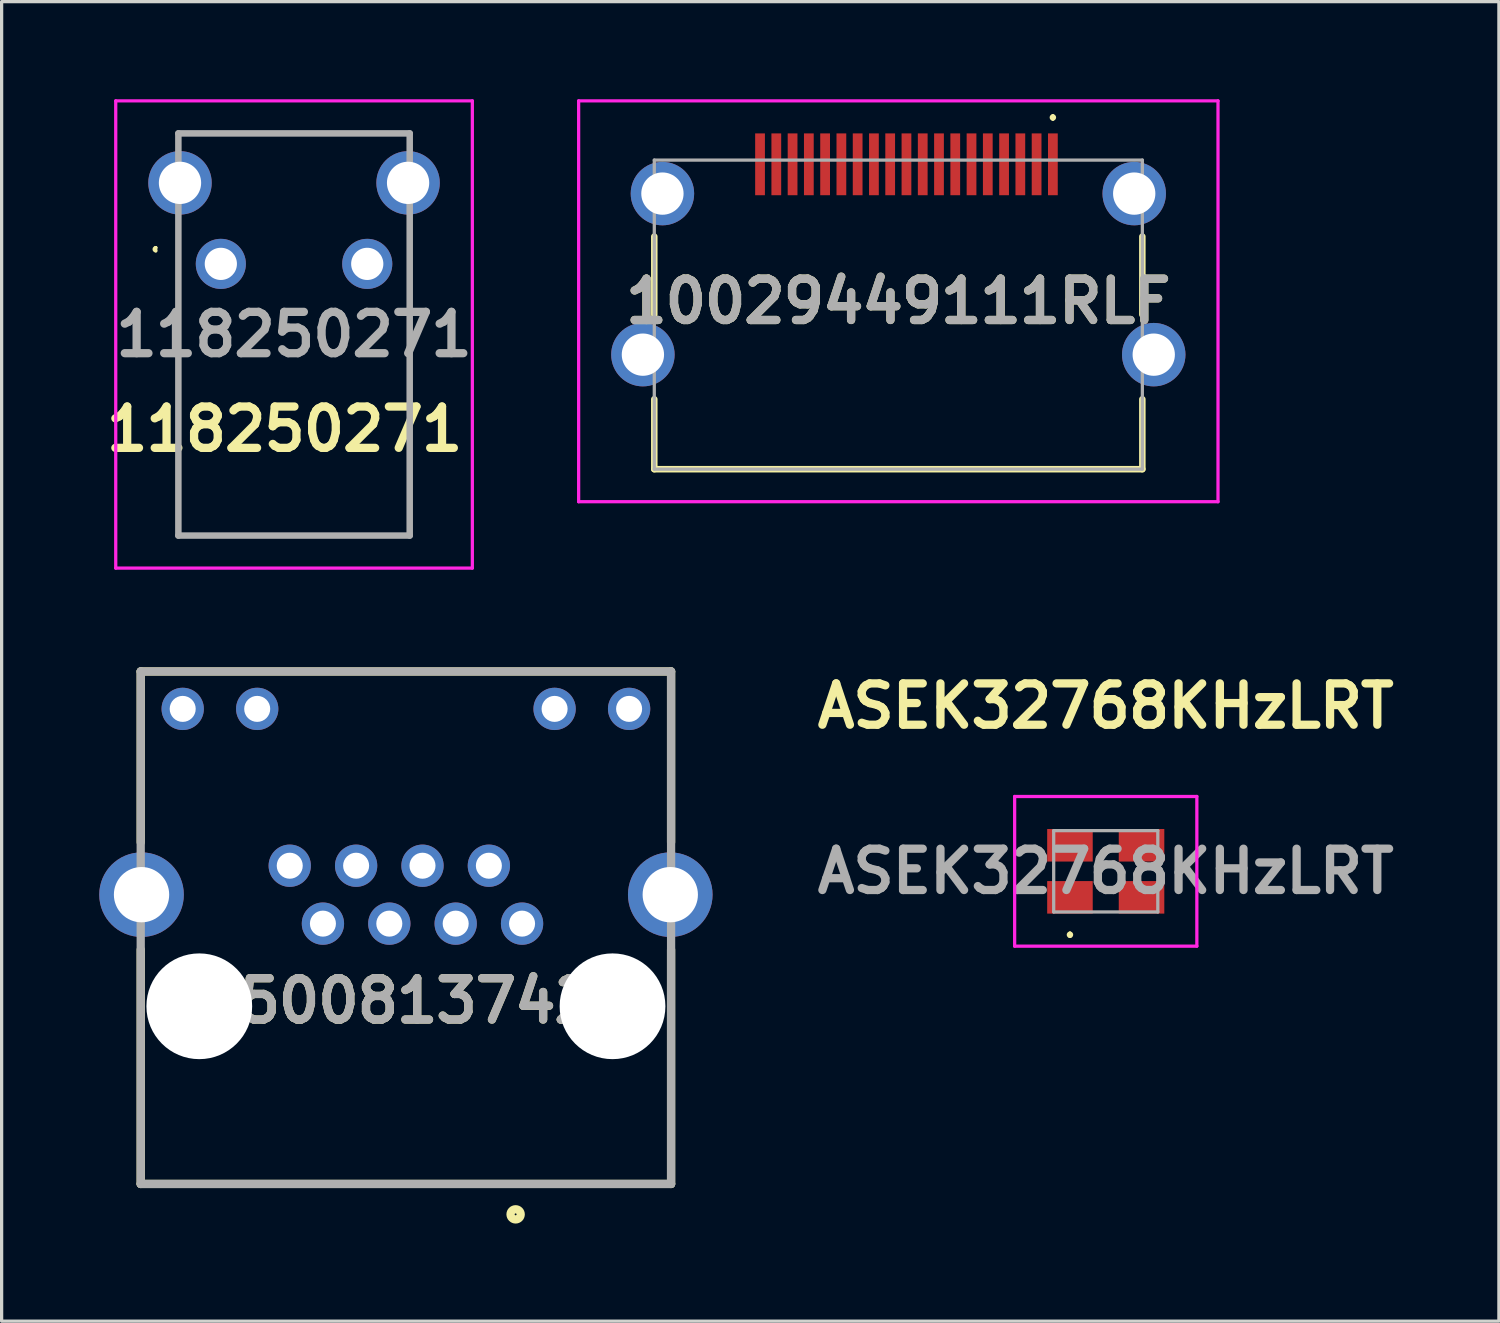
<source format=kicad_pcb>
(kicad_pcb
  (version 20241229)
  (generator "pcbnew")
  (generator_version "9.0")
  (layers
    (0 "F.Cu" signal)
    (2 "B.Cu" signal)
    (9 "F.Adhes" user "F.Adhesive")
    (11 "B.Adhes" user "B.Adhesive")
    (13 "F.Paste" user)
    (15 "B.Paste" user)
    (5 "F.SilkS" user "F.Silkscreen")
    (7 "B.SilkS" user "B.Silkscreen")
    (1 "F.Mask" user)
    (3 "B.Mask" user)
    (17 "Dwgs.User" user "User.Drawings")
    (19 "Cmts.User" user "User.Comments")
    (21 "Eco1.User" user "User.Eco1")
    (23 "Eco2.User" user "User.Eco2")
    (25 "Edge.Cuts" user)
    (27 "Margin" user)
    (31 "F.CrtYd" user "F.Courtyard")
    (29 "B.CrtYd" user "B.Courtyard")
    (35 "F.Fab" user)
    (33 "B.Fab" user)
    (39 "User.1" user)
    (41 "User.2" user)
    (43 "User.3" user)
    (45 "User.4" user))
  (footprint "ASEK32768KHzLRT"
    (layer "F.Cu")
    (at 30.934 23.729)
    (property "Reference" "ASEK32768KHzLRT" (at 0 -5.08 0) (layer "F.SilkS") (effects (font (size 1.27 1.27) (thickness 0.254))))
    (attr smd)
    (fp_line (start -1.1 1.9) (end -1.1 1.9) (stroke (width 0.1) (type solid)) (layer "F.SilkS"))
    (fp_line (start -1.1 2) (end -1.1 2) (stroke (width 0.1) (type solid)) (layer "F.SilkS"))
    (fp_arc (start -1.1 1.9) (mid -1.05 1.95) (end -1.1 2) (stroke (width 0.1) (type solid)) (layer "F.SilkS"))
    (fp_arc (start -1.1 2) (mid -1.15 1.95) (end -1.1 1.9) (stroke (width 0.1) (type solid)) (layer "F.SilkS"))
    (fp_line (start -2.8 -2.3) (end 2.8 -2.3) (stroke (width 0.1) (type solid)) (layer "F.CrtYd"))
    (fp_line (start -2.8 2.3) (end -2.8 -2.3) (stroke (width 0.1) (type solid)) (layer "F.CrtYd"))
    (fp_line (start 2.8 -2.3) (end 2.8 2.3) (stroke (width 0.1) (type solid)) (layer "F.CrtYd"))
    (fp_line (start 2.8 2.3) (end -2.8 2.3) (stroke (width 0.1) (type solid)) (layer "F.CrtYd"))
    (fp_line (start -1.6 -1.25) (end -1.6 1.25) (stroke (width 0.1) (type solid)) (layer "F.Fab"))
    (fp_line (start -1.6 1.25) (end 1.6 1.25) (stroke (width 0.1) (type solid)) (layer "F.Fab"))
    (fp_line (start 1.6 -1.25) (end -1.6 -1.25) (stroke (width 0.1) (type solid)) (layer "F.Fab"))
    (fp_line (start 1.6 1.25) (end 1.6 -1.25) (stroke (width 0.1) (type solid)) (layer "F.Fab"))
    (fp_text user "${REFERENCE}" (at 0 0 0) (layer "F.Fab") (effects (font (size 1.27 1.27) (thickness 0.254))))
    (pad "1" smd rect (at -1.1 0.8 90) (size 1 1.4) (layers "F.Cu" "F.Mask" "F.Paste"))
    (pad "2" smd rect (at 1.1 0.8 90) (size 1 1.4) (layers "F.Cu" "F.Mask" "F.Paste"))
    (pad "3" smd rect (at 1.1 -0.8 90) (size 1 1.4) (layers "F.Cu" "F.Mask" "F.Paste"))
    (pad "4" smd rect (at -1.1 -0.8 90) (size 1 1.4) (layers "F.Cu" "F.Mask" "F.Paste")))
  (footprint "615008137421"
    (layer "F.Cu")
    (at 9.425 33.337)
    (property "Reference" "615008137421" (at -0.258 -5.627 0) (layer "F.SilkS") (effects (font (size 1.27 1.27) (thickness 0.254))))
    (attr through_hole)
    (fp_line (start -8.15 -15.75) (end -8.15 -10.5) (stroke (width 0.254) (type solid)) (layer "F.SilkS"))
    (fp_line (start -8.15 -15.75) (end 8.15 -15.75) (stroke (width 0.254) (type solid)) (layer "F.SilkS"))
    (fp_line (start -8.15 0) (end -8.15 -7.2) (stroke (width 0.254) (type solid)) (layer "F.SilkS"))
    (fp_line (start 8.15 -15.75) (end 8.15 -10.5) (stroke (width 0.254) (type solid)) (layer "F.SilkS"))
    (fp_line (start 8.15 0) (end -8.15 0) (stroke (width 0.254) (type solid)) (layer "F.SilkS"))
    (fp_line (start 8.15 0) (end 8.15 -7.2) (stroke (width 0.254) (type solid)) (layer "F.SilkS"))
    (fp_circle (center 3.372 0.935) (end 3.372 1.091) (stroke (width 0.254) (type solid)) (fill no) (layer "F.SilkS"))
    (fp_line (start -8.15 -15.75) (end 8.15 -15.75) (stroke (width 0.254) (type solid)) (layer "F.Fab"))
    (fp_line (start -8.15 0) (end -8.15 -15.75) (stroke (width 0.254) (type solid)) (layer "F.Fab"))
    (fp_line (start 8.15 -15.75) (end 8.15 0) (stroke (width 0.254) (type solid)) (layer "F.Fab"))
    (fp_line (start 8.15 0) (end -8.15 0) (stroke (width 0.254) (type solid)) (layer "F.Fab"))
    (fp_text user "${REFERENCE}" (at -0.258 -5.627 0) (layer "F.Fab") (effects (font (size 1.27 1.27) (thickness 0.254))))
    (pad "" np_thru_hole circle (at -6.35 -5.46) (size 3.25 3.25) (drill 3.25) (layers "*.Cu" "*.Mask"))
    (pad "" np_thru_hole circle (at 6.35 -5.46) (size 3.25 3.25) (drill 3.25) (layers "*.Cu" "*.Mask"))
    (pad "1" thru_hole circle (at 3.57 -8) (size 1.3 1.3) (drill 0.8) (layers "*.Cu" "*.Mask"))
    (pad "2" thru_hole circle (at 2.55 -9.78) (size 1.3 1.3) (drill 0.8) (layers "*.Cu" "*.Mask"))
    (pad "3" thru_hole circle (at 1.53 -8) (size 1.3 1.3) (drill 0.8) (layers "*.Cu" "*.Mask"))
    (pad "4" thru_hole circle (at 0.51 -9.78) (size 1.3 1.3) (drill 0.8) (layers "*.Cu" "*.Mask"))
    (pad "5" thru_hole circle (at -0.51 -8) (size 1.3 1.3) (drill 0.8) (layers "*.Cu" "*.Mask"))
    (pad "6" thru_hole circle (at -1.53 -9.78) (size 1.3 1.3) (drill 0.8) (layers "*.Cu" "*.Mask"))
    (pad "7" thru_hole circle (at -2.55 -8) (size 1.3 1.3) (drill 0.8) (layers "*.Cu" "*.Mask"))
    (pad "8" thru_hole circle (at -3.57 -9.78) (size 1.3 1.3) (drill 0.8) (layers "*.Cu" "*.Mask"))
    (pad "9" thru_hole circle (at -6.86 -14.6) (size 1.3 1.3) (drill 0.8) (layers "*.Cu" "*.Mask"))
    (pad "10" thru_hole circle (at -4.57 -14.6) (size 1.3 1.3) (drill 0.8) (layers "*.Cu" "*.Mask"))
    (pad "11" thru_hole circle (at 4.57 -14.6) (size 1.3 1.3) (drill 0.8) (layers "*.Cu" "*.Mask"))
    (pad "12" thru_hole circle (at 6.86 -14.6) (size 1.3 1.3) (drill 0.8) (layers "*.Cu" "*.Mask"))
    (pad "15" thru_hole circle (at -8.125 -8.89) (size 2.6 2.6) (drill 1.7) (layers "*.Cu" "*.Mask"))
    (pad "16" thru_hole circle (at 8.125 -8.89) (size 2.6 2.6) (drill 1.7) (layers "*.Cu" "*.Mask")))
  (footprint "118250271"
    (layer "F.Cu")
    (at 8.237 5.06)
    (property "Reference" "118250271" (at -2.54 5.08 0) (layer "F.SilkS") (effects (font (size 1.27 1.27) (thickness 0.254))))
    (attr through_hole)
    (fp_line (start -6.5 -0.5) (end -6.5 -0.5) (stroke (width 0.1) (type solid)) (layer "F.SilkS"))
    (fp_line (start -6.5 -0.4) (end -6.5 -0.5) (stroke (width 0.1) (type solid)) (layer "F.SilkS"))
    (fp_line (start -5.805 -1) (end -5.805 8.35) (stroke (width 0.1) (type solid)) (layer "F.SilkS"))
    (fp_line (start -5.805 8.35) (end 1.305 8.35) (stroke (width 0.1) (type solid)) (layer "F.SilkS"))
    (fp_line (start -5.755 -4.01) (end 1.255 -4) (stroke (width 0.1) (type solid)) (layer "F.SilkS"))
    (fp_line (start 1.305 8.35) (end 1.305 -1) (stroke (width 0.1) (type solid)) (layer "F.SilkS"))
    (fp_arc (start -6.5 -0.4) (mid -6.55 -0.45) (end -6.5 -0.5) (stroke (width 0.1) (type solid)) (layer "F.SilkS"))
    (fp_line (start -7.73 -5.01) (end 3.23 -5.01) (stroke (width 0.1) (type solid)) (layer "F.CrtYd"))
    (fp_line (start -7.73 9.35) (end -7.73 -5.01) (stroke (width 0.1) (type solid)) (layer "F.CrtYd"))
    (fp_line (start 3.23 -5.01) (end 3.23 9.35) (stroke (width 0.1) (type solid)) (layer "F.CrtYd"))
    (fp_line (start 3.23 9.35) (end -7.73 9.35) (stroke (width 0.1) (type solid)) (layer "F.CrtYd"))
    (fp_line (start -5.805 -4.01) (end 1.305 -4.01) (stroke (width 0.2) (type solid)) (layer "F.Fab"))
    (fp_line (start -5.805 8.35) (end -5.805 -4.01) (stroke (width 0.2) (type solid)) (layer "F.Fab"))
    (fp_line (start 1.305 -4.01) (end 1.305 8.35) (stroke (width 0.2) (type solid)) (layer "F.Fab"))
    (fp_line (start 1.305 8.35) (end -5.805 8.35) (stroke (width 0.2) (type solid)) (layer "F.Fab"))
    (fp_text user "${REFERENCE}" (at -2.25 2.17 0) (layer "F.Fab") (effects (font (size 1.27 1.27) (thickness 0.254))))
    (pad "1" thru_hole circle (at -4.5 0) (size 1.54 1.54) (drill 0.99) (layers "*.Cu" "*.Mask"))
    (pad "2" thru_hole circle (at 0 0) (size 1.54 1.54) (drill 0.99) (layers "*.Cu" "*.Mask"))
    (pad "MH1" thru_hole circle (at -5.755 -2.49) (size 1.95 1.95) (drill 1.3) (layers "*.Cu" "*.Mask"))
    (pad "MH2" thru_hole circle (at 1.255 -2.49) (size 1.95 1.95) (drill 1.3) (layers "*.Cu" "*.Mask")))
  (footprint "10029449111RLF"
    (layer "F.Cu")
    (at 24.559 6.21)
    (property "Reference" "10029449111RLF" (at 0 0 0) (layer "F.SilkS") (effects (font (size 1.27 1.27) (thickness 0.254))))
    (attr through_hole)
    (fp_line (start -7.5 -1.99) (end -7.5 0.41) (stroke (width 0.2) (type solid)) (layer "F.SilkS"))
    (fp_line (start -7.5 3.01) (end -7.5 5.16) (stroke (width 0.2) (type solid)) (layer "F.SilkS"))
    (fp_line (start -7.5 5.16) (end 7.5 5.16) (stroke (width 0.2) (type solid)) (layer "F.SilkS"))
    (fp_line (start 4.75 -5.7) (end 4.75 -5.7) (stroke (width 0.1) (type solid)) (layer "F.SilkS"))
    (fp_line (start 4.75 -5.6) (end 4.75 -5.6) (stroke (width 0.1) (type solid)) (layer "F.SilkS"))
    (fp_line (start 7.5 0.41) (end 7.5 -1.99) (stroke (width 0.2) (type solid)) (layer "F.SilkS"))
    (fp_line (start 7.5 5.16) (end 7.5 3.01) (stroke (width 0.2) (type solid)) (layer "F.SilkS"))
    (fp_arc (start 4.75 -5.7) (mid 4.8 -5.65) (end 4.75 -5.6) (stroke (width 0.1) (type solid)) (layer "F.SilkS"))
    (fp_arc (start 4.75 -5.6) (mid 4.7 -5.65) (end 4.75 -5.7) (stroke (width 0.1) (type solid)) (layer "F.SilkS"))
    (fp_line (start -9.825 -6.16) (end 9.825 -6.16) (stroke (width 0.1) (type solid)) (layer "F.CrtYd"))
    (fp_line (start -9.825 6.16) (end -9.825 -6.16) (stroke (width 0.1) (type solid)) (layer "F.CrtYd"))
    (fp_line (start 9.825 -6.16) (end 9.825 6.16) (stroke (width 0.1) (type solid)) (layer "F.CrtYd"))
    (fp_line (start 9.825 6.16) (end -9.825 6.16) (stroke (width 0.1) (type solid)) (layer "F.CrtYd"))
    (fp_line (start -7.5 -4.34) (end -7.5 5.16) (stroke (width 0.1) (type solid)) (layer "F.Fab"))
    (fp_line (start -7.5 5.16) (end 7.5 5.16) (stroke (width 0.1) (type solid)) (layer "F.Fab"))
    (fp_line (start 7.5 -4.34) (end -7.5 -4.34) (stroke (width 0.1) (type solid)) (layer "F.Fab"))
    (fp_line (start 7.5 5.16) (end 7.5 -4.34) (stroke (width 0.1) (type solid)) (layer "F.Fab"))
    (fp_text user "${REFERENCE}" (at 0 0 0) (layer "F.Fab") (effects (font (size 1.27 1.27) (thickness 0.254))))
    (pad "1" smd rect (at 4.75 -4.21) (size 0.3 1.9) (layers "F.Cu" "F.Mask" "F.Paste"))
    (pad "2" smd rect (at 4.25 -4.21) (size 0.3 1.9) (layers "F.Cu" "F.Mask" "F.Paste"))
    (pad "3" smd rect (at 3.75 -4.21) (size 0.3 1.9) (layers "F.Cu" "F.Mask" "F.Paste"))
    (pad "4" smd rect (at 3.25 -4.21) (size 0.3 1.9) (layers "F.Cu" "F.Mask" "F.Paste"))
    (pad "5" smd rect (at 2.75 -4.21) (size 0.3 1.9) (layers "F.Cu" "F.Mask" "F.Paste"))
    (pad "6" smd rect (at 2.25 -4.21) (size 0.3 1.9) (layers "F.Cu" "F.Mask" "F.Paste"))
    (pad "7" smd rect (at 1.75 -4.21) (size 0.3 1.9) (layers "F.Cu" "F.Mask" "F.Paste"))
    (pad "8" smd rect (at 1.25 -4.21) (size 0.3 1.9) (layers "F.Cu" "F.Mask" "F.Paste"))
    (pad "9" smd rect (at 0.75 -4.21) (size 0.3 1.9) (layers "F.Cu" "F.Mask" "F.Paste"))
    (pad "10" smd rect (at 0.25 -4.21) (size 0.3 1.9) (layers "F.Cu" "F.Mask" "F.Paste"))
    (pad "11" smd rect (at -0.25 -4.21) (size 0.3 1.9) (layers "F.Cu" "F.Mask" "F.Paste"))
    (pad "12" smd rect (at -0.75 -4.21) (size 0.3 1.9) (layers "F.Cu" "F.Mask" "F.Paste"))
    (pad "13" smd rect (at -1.25 -4.21) (size 0.3 1.9) (layers "F.Cu" "F.Mask" "F.Paste"))
    (pad "14" smd rect (at -1.75 -4.21) (size 0.3 1.9) (layers "F.Cu" "F.Mask" "F.Paste"))
    (pad "15" smd rect (at -2.25 -4.21) (size 0.3 1.9) (layers "F.Cu" "F.Mask" "F.Paste"))
    (pad "16" smd rect (at -2.75 -4.21) (size 0.3 1.9) (layers "F.Cu" "F.Mask" "F.Paste"))
    (pad "17" smd rect (at -3.25 -4.21) (size 0.3 1.9) (layers "F.Cu" "F.Mask" "F.Paste"))
    (pad "18" smd rect (at -3.75 -4.21) (size 0.3 1.9) (layers "F.Cu" "F.Mask" "F.Paste"))
    (pad "19" smd rect (at -4.25 -4.21) (size 0.3 1.9) (layers "F.Cu" "F.Mask" "F.Paste"))
    (pad "MH1" thru_hole circle (at 7.25 -3.31) (size 1.95 1.95) (drill 1.3) (layers "*.Cu" "*.Mask"))
    (pad "MH2" thru_hole circle (at -7.25 -3.31) (size 1.95 1.95) (drill 1.3) (layers "*.Cu" "*.Mask"))
    (pad "MH3" thru_hole circle (at 7.85 1.64) (size 1.95 1.95) (drill 1.3) (layers "*.Cu" "*.Mask"))
    (pad "MH4" thru_hole circle (at -7.85 1.64) (size 1.95 1.95) (drill 1.3) (layers "*.Cu" "*.Mask")))
  (gr_rect
    (start -3 -3)
    (end 43.017 37.555)
    (stroke (width 0.1) (type default))
    (fill no)
    (layer "Edge.Cuts")))
</source>
